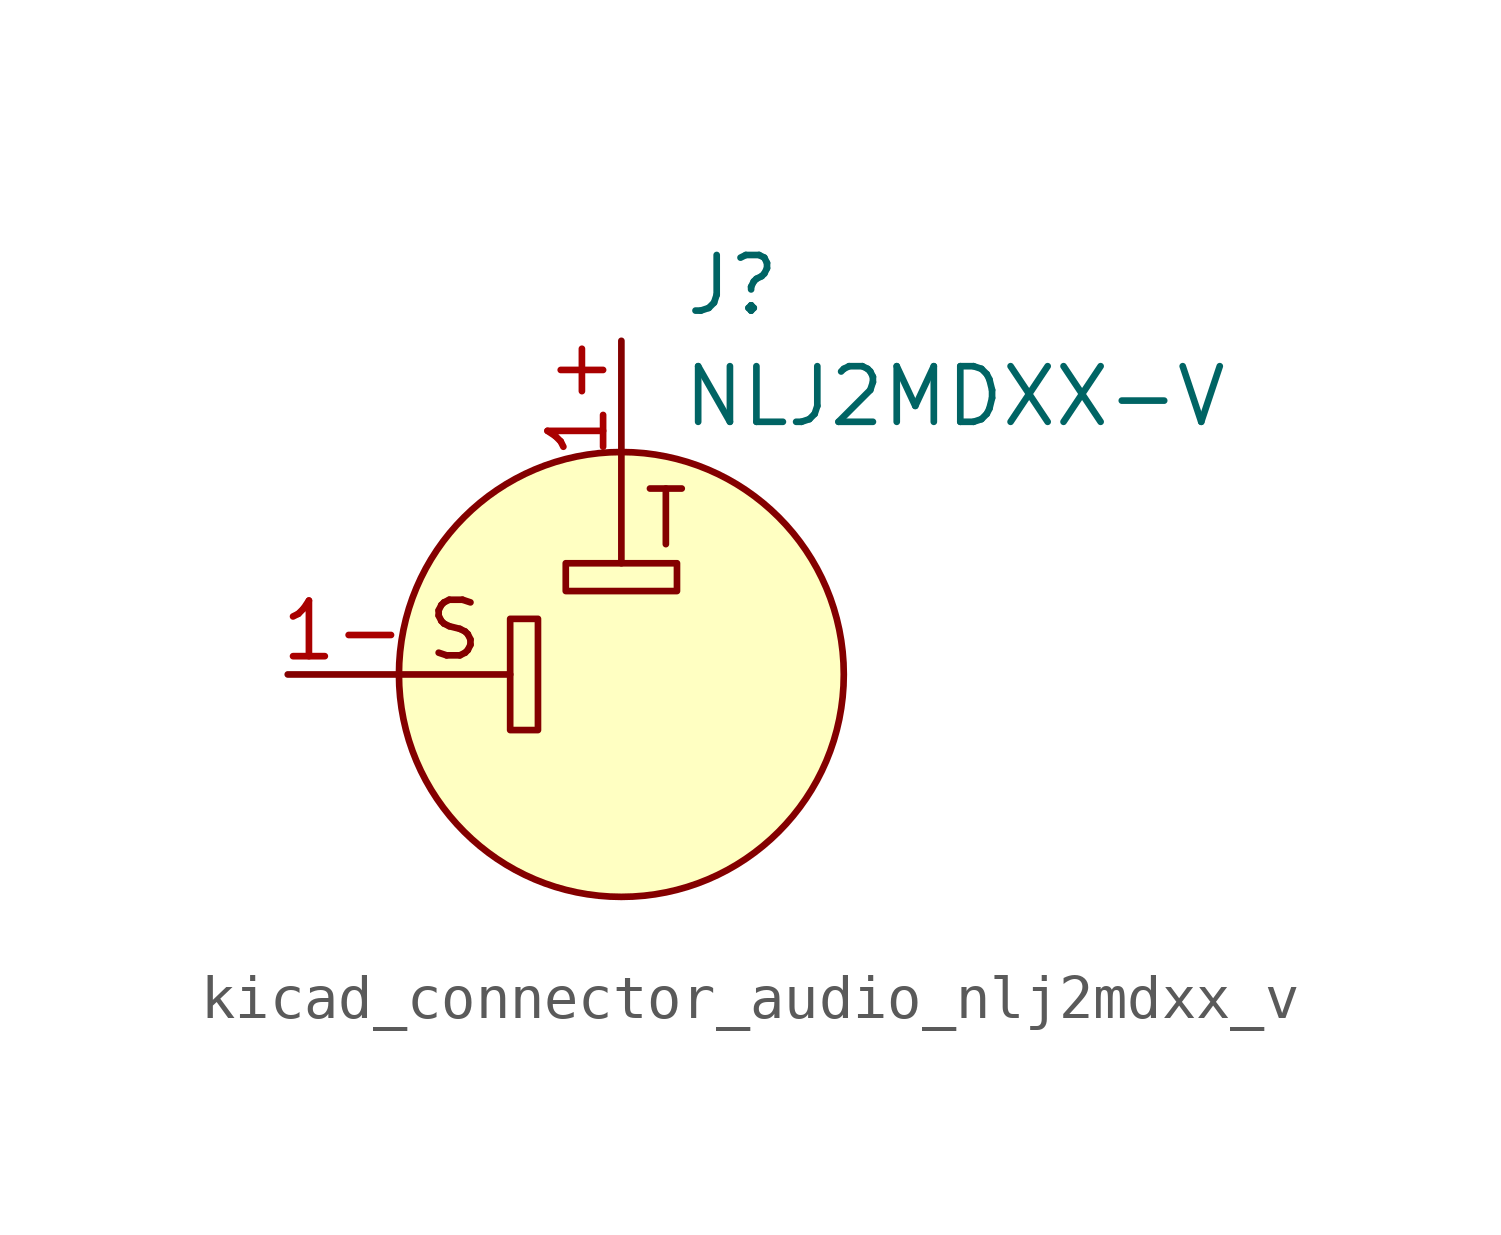
<source format=kicad_sym>
(kicad_symbol_lib
  (version 20220914)
  (generator kicad_symbol_editor)
  (symbol "kicad_connector_audio_nlj2mdxx_v"
    (pin_names hide)
    (property "Reference" "J"
      (at 2.54 8.89 0)
      (effects (font (size 1.27 1.27))))
    (property "Value" "NLJ2MDXX-V"
      (at 7.62 6.35 0)
      (effects (font (size 1.27 1.27))))
    (symbol "kicad_connector_audio_nlj2mdxx_v_0_0"
      (text "S" (at -3.81 1.016 0) (effects (font (size 1.27 1.27))))
      (text "T" (at 1.016 3.556 0) (effects (font (size 1.27 1.27)))))
    (symbol "kicad_connector_audio_nlj2mdxx_v_0_1"
      (rectangle (start -2.54 1.27) (end -1.905 -1.27) (stroke (width 0) (type default)) (fill (type none)))
      (rectangle (start -1.27 2.54) (end 1.27 1.905) (stroke (width 0) (type default)) (fill (type none)))
      (polyline (pts (xy -5.08 0) (xy -2.54 0)) (stroke (width 0) (type default)) (fill (type none)))
      (polyline (pts (xy 0 5.08) (xy 0 2.54)) (stroke (width 0) (type default)) (fill (type none)))
      (circle (center 0 0) (radius 5.08) (stroke (width 0) (type default)) (fill (type background)))
      (pin passive line (at -7.62 0 0) (length 2.54) (name "1-" (effects (font (size 1.27 1.27)))) (number "1-" (effects (font (size 1.27 1.27))))))
    (symbol "kicad_connector_audio_nlj2mdxx_v_1_1"
      (pin passive line (at 0 7.62 270) (length 2.54) (name "1+" (effects (font (size 1.27 1.27)))) (number "1+" (effects (font (size 1.27 1.27))))))))
</source>
